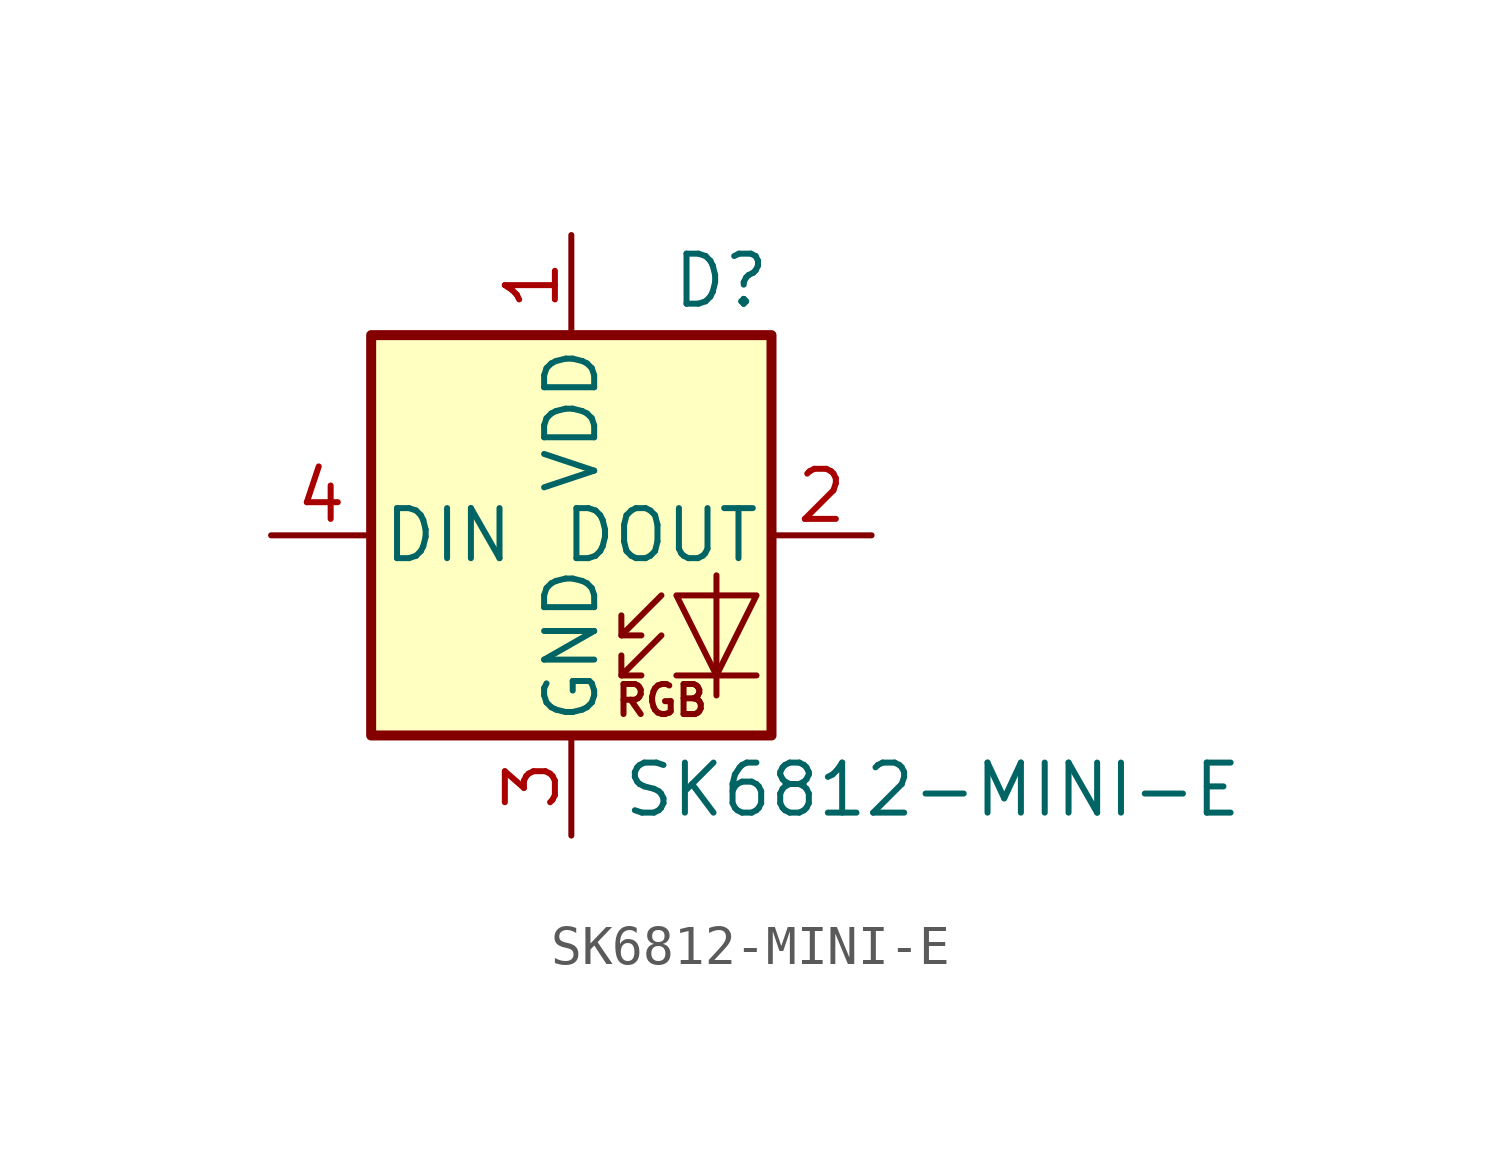
<source format=kicad_sym>
(kicad_symbol_lib
  (version 20241209)
  (generator "kicad_symbol_editor")
  (generator_version "9.0")
  (symbol "SK6812-MINI-E"
    (pin_names
      (offset 0.254))
    (property "Reference" "D"
      (at 5.08 5.715 0)
      (effects (font (size 1.27 1.27)) (justify right bottom)))
    (property "Value" "SK6812-MINI-E"
      (at 1.27 -5.715 0)
      (effects (font (size 1.27 1.27)) (justify left top)))
    (symbol "SK6812-MINI-E_0_0"
      (text "RGB" (at 2.286 -4.191 0) (effects (font (size 0.762 0.762)))))
    (symbol "SK6812-MINI-E_0_1"
      (polyline (pts (xy 1.27 -2.54) (xy 1.778 -2.54)) (stroke (width 0) (type default)) (fill (type none)))
      (polyline (pts (xy 1.27 -3.556) (xy 1.778 -3.556)) (stroke (width 0) (type default)) (fill (type none)))
      (polyline (pts (xy 2.286 -1.524) (xy 1.27 -2.54) (xy 1.27 -2.032)) (stroke (width 0) (type default)) (fill (type none)))
      (polyline (pts (xy 2.286 -2.54) (xy 1.27 -3.556) (xy 1.27 -3.048)) (stroke (width 0) (type default)) (fill (type none)))
      (polyline (pts (xy 3.683 -1.016) (xy 3.683 -3.556) (xy 3.683 -4.064)) (stroke (width 0) (type default)) (fill (type none)))
      (polyline (pts (xy 4.699 -1.524) (xy 2.667 -1.524) (xy 3.683 -3.556) (xy 4.699 -1.524)) (stroke (width 0) (type default)) (fill (type none)))
      (polyline (pts (xy 4.699 -3.556) (xy 2.667 -3.556)) (stroke (width 0) (type default)) (fill (type none)))
      (rectangle (start 5.08 5.08) (end -5.08 -5.08) (stroke (width 0.254) (type default)) (fill (type background))))
    (symbol "SK6812-MINI-E_1_1"
      (pin input line (at -7.62 0 0) (length 2.54) (name "DIN" (effects (font (size 1.27 1.27)))) (number "4" (effects (font (size 1.27 1.27)))))
      (pin power_in line (at 0 7.62 270) (length 2.54) (name "VDD" (effects (font (size 1.27 1.27)))) (number "1" (effects (font (size 1.27 1.27)))))
      (pin power_in line (at 0 -7.62 90) (length 2.54) (name "GND" (effects (font (size 1.27 1.27)))) (number "3" (effects (font (size 1.27 1.27)))))
      (pin output line (at 7.62 0 180) (length 2.54) (name "DOUT" (effects (font (size 1.27 1.27)))) (number "2" (effects (font (size 1.27 1.27))))))))
</source>
